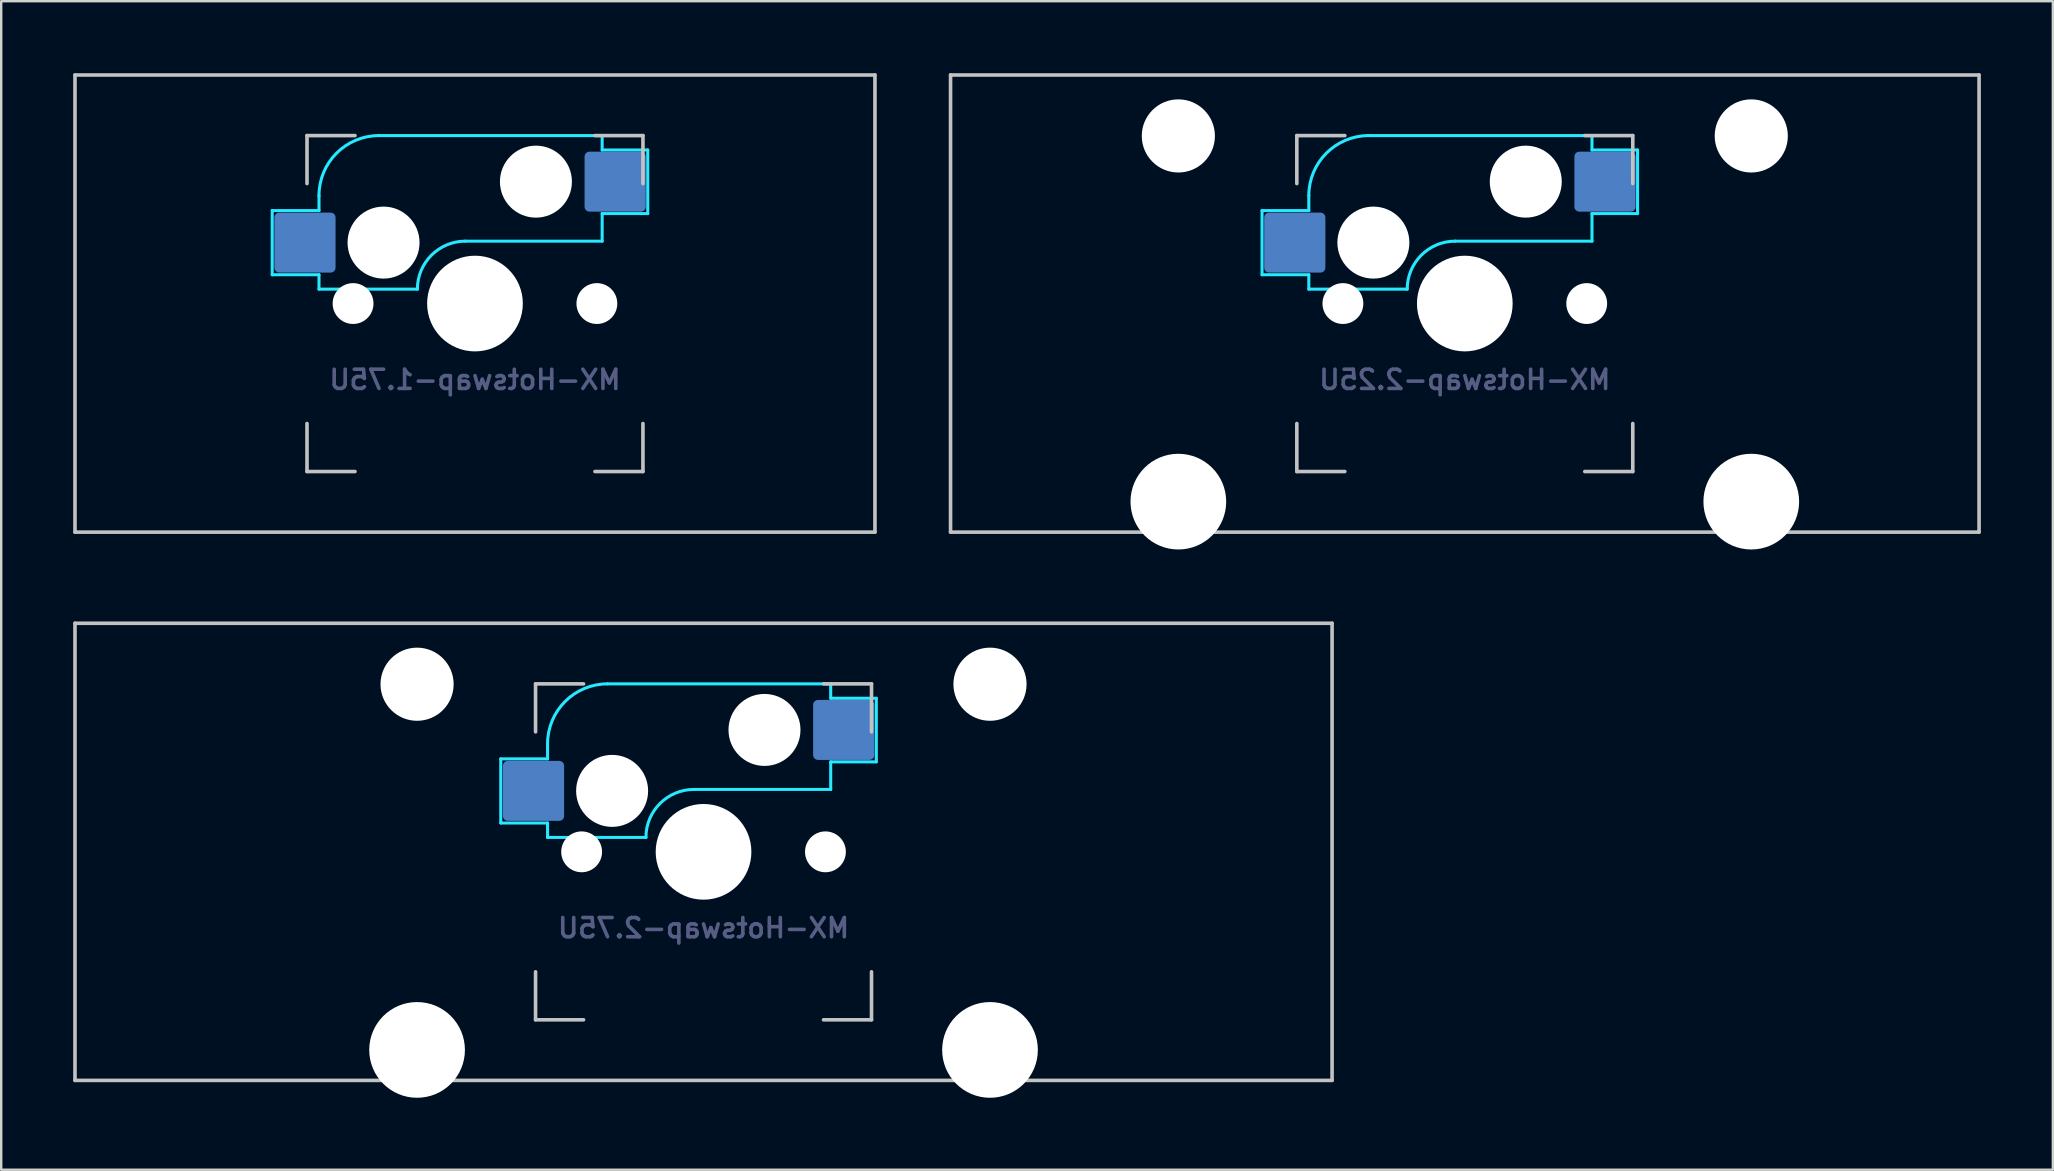
<source format=kicad_pcb>
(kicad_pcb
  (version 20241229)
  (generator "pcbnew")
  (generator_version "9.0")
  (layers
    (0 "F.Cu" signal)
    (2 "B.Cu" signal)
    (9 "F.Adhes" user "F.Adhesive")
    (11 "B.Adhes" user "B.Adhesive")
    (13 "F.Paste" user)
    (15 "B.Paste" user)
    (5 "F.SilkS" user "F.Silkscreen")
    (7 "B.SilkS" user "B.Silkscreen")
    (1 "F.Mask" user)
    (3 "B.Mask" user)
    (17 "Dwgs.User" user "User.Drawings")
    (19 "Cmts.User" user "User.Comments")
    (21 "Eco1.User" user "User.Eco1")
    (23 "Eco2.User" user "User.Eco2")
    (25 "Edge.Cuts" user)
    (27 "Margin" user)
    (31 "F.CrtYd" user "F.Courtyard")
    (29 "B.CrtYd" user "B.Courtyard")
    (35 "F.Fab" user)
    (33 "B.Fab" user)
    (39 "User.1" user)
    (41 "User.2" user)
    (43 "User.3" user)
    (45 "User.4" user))
  (footprint "MX-Hotswap-2.25U"
    (layer "F.Cu")
    (at 57.994 9.6)
    (property "Reference" "MX-Hotswap-2.25U" (at 0 3.175 0) (layer "B.Fab") (effects (font (size 0.8 0.8) (thickness 0.15)) (justify mirror)))
    (attr smd)
    (fp_line (start -21.431 9.525) (end -21.431 -9.525) (stroke (width 0.15) (type solid)) (layer "Dwgs.User"))
    (fp_line (start -7 -7) (end -7 -5) (stroke (width 0.15) (type solid)) (layer "Dwgs.User"))
    (fp_line (start -7 5) (end -7 7) (stroke (width 0.15) (type solid)) (layer "Dwgs.User"))
    (fp_line (start -7 7) (end -5 7) (stroke (width 0.15) (type solid)) (layer "Dwgs.User"))
    (fp_line (start -5 -7) (end -7 -7) (stroke (width 0.15) (type solid)) (layer "Dwgs.User"))
    (fp_line (start 5 -7) (end 7 -7) (stroke (width 0.15) (type solid)) (layer "Dwgs.User"))
    (fp_line (start 5 7) (end 7 7) (stroke (width 0.15) (type solid)) (layer "Dwgs.User"))
    (fp_line (start 7 -7) (end 7 -5) (stroke (width 0.15) (type solid)) (layer "Dwgs.User"))
    (fp_line (start 7 7) (end 7 5) (stroke (width 0.15) (type solid)) (layer "Dwgs.User"))
    (fp_line (start 21.431 -9.525) (end -21.431 -9.525) (stroke (width 0.15) (type solid)) (layer "Dwgs.User"))
    (fp_line (start 21.431 9.525) (end -21.431 9.525) (stroke (width 0.15) (type solid)) (layer "Dwgs.User"))
    (fp_line (start 21.431 9.525) (end 21.431 -9.525) (stroke (width 0.15) (type solid)) (layer "Dwgs.User"))
    (fp_line (start -8.45 -3.875) (end -8.45 -1.2) (stroke (width 0.127) (type solid)) (layer "B.CrtYd"))
    (fp_line (start -8.45 -1.2) (end -6.5 -1.2) (stroke (width 0.127) (type solid)) (layer "B.CrtYd"))
    (fp_line (start -6.5 -4.5) (end -6.5 -3.875) (stroke (width 0.127) (type solid)) (layer "B.CrtYd"))
    (fp_line (start -6.5 -3.875) (end -8.45 -3.875) (stroke (width 0.127) (type solid)) (layer "B.CrtYd"))
    (fp_line (start -6.5 -0.6) (end -6.5 -1.2) (stroke (width 0.127) (type solid)) (layer "B.CrtYd"))
    (fp_line (start -6.5 -0.6) (end -2.4 -0.6) (stroke (width 0.127) (type solid)) (layer "B.CrtYd"))
    (fp_line (start -0.4 -2.6) (end 5.3 -2.6) (stroke (width 0.127) (type solid)) (layer "B.CrtYd"))
    (fp_line (start 5.3 -7) (end -4 -7) (stroke (width 0.127) (type solid)) (layer "B.CrtYd"))
    (fp_line (start 5.3 -7) (end 5.3 -6.4) (stroke (width 0.127) (type solid)) (layer "B.CrtYd"))
    (fp_line (start 5.3 -6.4) (end 7.2 -6.4) (stroke (width 0.127) (type solid)) (layer "B.CrtYd"))
    (fp_line (start 5.3 -2.6) (end 5.3 -3.75) (stroke (width 0.127) (type solid)) (layer "B.CrtYd"))
    (fp_line (start 7.2 -6.4) (end 7.2 -3.75) (stroke (width 0.127) (type solid)) (layer "B.CrtYd"))
    (fp_line (start 7.2 -3.75) (end 5.3 -3.75) (stroke (width 0.127) (type solid)) (layer "B.CrtYd"))
    (fp_arc (start -6.5 -4.5) (mid -5.767767 -6.267767) (end -4 -7) (stroke (width 0.127) (type solid)) (layer "B.CrtYd"))
    (fp_arc (start -2.4 -0.6) (mid -1.814214 -2.014214) (end -0.4 -2.6) (stroke (width 0.127) (type solid)) (layer "B.CrtYd"))
    (pad "" np_thru_hole circle (at -11.938 -6.985) (size 3.048 3.048) (drill 3.048) (layers "*.Cu" "*.Mask"))
    (pad "" np_thru_hole circle (at -11.938 8.255) (size 3.988 3.988) (drill 3.988) (layers "*.Cu" "*.Mask"))
    (pad "" np_thru_hole circle (at -5.08 0 48.099) (size 1.702 1.702) (drill 1.702) (layers "*.Cu" "*.Mask"))
    (pad "" np_thru_hole circle (at -3.81 -2.54) (size 3 3) (drill 3) (layers "*.Cu" "*.Mask"))
    (pad "" np_thru_hole circle (at 0 0) (size 3.988 3.988) (drill 3.988) (layers "*.Cu" "*.Mask"))
    (pad "" np_thru_hole circle (at 2.54 -5.08) (size 3 3) (drill 3) (layers "*.Cu" "*.Mask"))
    (pad "" np_thru_hole circle (at 5.08 0 48.099) (size 1.702 1.702) (drill 1.702) (layers "*.Cu" "*.Mask"))
    (pad "" np_thru_hole circle (at 11.938 -6.985) (size 3.048 3.048) (drill 3.048) (layers "*.Cu" "*.Mask"))
    (pad "" np_thru_hole circle (at 11.938 8.255) (size 3.988 3.988) (drill 3.988) (layers "*.Cu" "*.Mask"))
    (pad "1" smd roundrect (at -7.085 -2.54) (size 2.55 2.5) (layers "B.Cu" "B.Mask" "B.Paste") (roundrect_rratio 0.08))
    (pad "2" smd roundrect (at 5.842 -5.08) (size 2.55 2.5) (layers "B.Cu" "B.Mask" "B.Paste") (roundrect_rratio 0.08)))
  (footprint "MX-Hotswap-1.75U"
    (layer "F.Cu")
    (at 16.744 9.6)
    (property "Reference" "MX-Hotswap-1.75U" (at 0 3.175 0) (layer "B.Fab") (effects (font (size 0.8 0.8) (thickness 0.15)) (justify mirror)))
    (attr smd)
    (fp_line (start -16.669 9.525) (end -16.669 -9.525) (stroke (width 0.15) (type solid)) (layer "Dwgs.User"))
    (fp_line (start -7 -7) (end -7 -5) (stroke (width 0.15) (type solid)) (layer "Dwgs.User"))
    (fp_line (start -7 5) (end -7 7) (stroke (width 0.15) (type solid)) (layer "Dwgs.User"))
    (fp_line (start -7 7) (end -5 7) (stroke (width 0.15) (type solid)) (layer "Dwgs.User"))
    (fp_line (start -5 -7) (end -7 -7) (stroke (width 0.15) (type solid)) (layer "Dwgs.User"))
    (fp_line (start 5 -7) (end 7 -7) (stroke (width 0.15) (type solid)) (layer "Dwgs.User"))
    (fp_line (start 5 7) (end 7 7) (stroke (width 0.15) (type solid)) (layer "Dwgs.User"))
    (fp_line (start 7 -7) (end 7 -5) (stroke (width 0.15) (type solid)) (layer "Dwgs.User"))
    (fp_line (start 7 7) (end 7 5) (stroke (width 0.15) (type solid)) (layer "Dwgs.User"))
    (fp_line (start 16.669 -9.525) (end -16.669 -9.525) (stroke (width 0.15) (type solid)) (layer "Dwgs.User"))
    (fp_line (start 16.669 9.525) (end -16.669 9.525) (stroke (width 0.15) (type solid)) (layer "Dwgs.User"))
    (fp_line (start 16.669 9.525) (end 16.669 -9.525) (stroke (width 0.15) (type solid)) (layer "Dwgs.User"))
    (fp_line (start -8.45 -3.875) (end -8.45 -1.2) (stroke (width 0.127) (type solid)) (layer "B.CrtYd"))
    (fp_line (start -8.45 -1.2) (end -6.5 -1.2) (stroke (width 0.127) (type solid)) (layer "B.CrtYd"))
    (fp_line (start -6.5 -4.5) (end -6.5 -3.875) (stroke (width 0.127) (type solid)) (layer "B.CrtYd"))
    (fp_line (start -6.5 -3.875) (end -8.45 -3.875) (stroke (width 0.127) (type solid)) (layer "B.CrtYd"))
    (fp_line (start -6.5 -0.6) (end -6.5 -1.2) (stroke (width 0.127) (type solid)) (layer "B.CrtYd"))
    (fp_line (start -6.5 -0.6) (end -2.4 -0.6) (stroke (width 0.127) (type solid)) (layer "B.CrtYd"))
    (fp_line (start -0.4 -2.6) (end 5.3 -2.6) (stroke (width 0.127) (type solid)) (layer "B.CrtYd"))
    (fp_line (start 5.3 -7) (end -4 -7) (stroke (width 0.127) (type solid)) (layer "B.CrtYd"))
    (fp_line (start 5.3 -7) (end 5.3 -6.4) (stroke (width 0.127) (type solid)) (layer "B.CrtYd"))
    (fp_line (start 5.3 -6.4) (end 7.2 -6.4) (stroke (width 0.127) (type solid)) (layer "B.CrtYd"))
    (fp_line (start 5.3 -2.6) (end 5.3 -3.75) (stroke (width 0.127) (type solid)) (layer "B.CrtYd"))
    (fp_line (start 7.2 -6.4) (end 7.2 -3.75) (stroke (width 0.127) (type solid)) (layer "B.CrtYd"))
    (fp_line (start 7.2 -3.75) (end 5.3 -3.75) (stroke (width 0.127) (type solid)) (layer "B.CrtYd"))
    (fp_arc (start -6.5 -4.5) (mid -5.767767 -6.267767) (end -4 -7) (stroke (width 0.127) (type solid)) (layer "B.CrtYd"))
    (fp_arc (start -2.4 -0.6) (mid -1.814214 -2.014214) (end -0.4 -2.6) (stroke (width 0.127) (type solid)) (layer "B.CrtYd"))
    (pad "" np_thru_hole circle (at -5.08 0 48.099) (size 1.702 1.702) (drill 1.702) (layers "*.Cu" "*.Mask"))
    (pad "" np_thru_hole circle (at -3.81 -2.54) (size 3 3) (drill 3) (layers "*.Cu" "*.Mask"))
    (pad "" np_thru_hole circle (at 0 0) (size 3.988 3.988) (drill 3.988) (layers "*.Cu" "*.Mask"))
    (pad "" np_thru_hole circle (at 2.54 -5.08) (size 3 3) (drill 3) (layers "*.Cu" "*.Mask"))
    (pad "" np_thru_hole circle (at 5.08 0 48.099) (size 1.702 1.702) (drill 1.702) (layers "*.Cu" "*.Mask"))
    (pad "1" smd roundrect (at -7.085 -2.54) (size 2.55 2.5) (layers "B.Cu" "B.Mask" "B.Paste") (roundrect_rratio 0.08))
    (pad "2" smd roundrect (at 5.842 -5.08) (size 2.55 2.5) (layers "B.Cu" "B.Mask" "B.Paste") (roundrect_rratio 0.08)))
  (footprint "MX-Hotswap-2.75U"
    (layer "F.Cu")
    (at 26.269 32.449)
    (property "Reference" "MX-Hotswap-2.75U" (at 0 3.175 0) (layer "B.Fab") (effects (font (size 0.8 0.8) (thickness 0.15)) (justify mirror)))
    (attr smd)
    (fp_line (start -26.194 9.525) (end -26.194 -9.525) (stroke (width 0.15) (type solid)) (layer "Dwgs.User"))
    (fp_line (start -7 -7) (end -7 -5) (stroke (width 0.15) (type solid)) (layer "Dwgs.User"))
    (fp_line (start -7 5) (end -7 7) (stroke (width 0.15) (type solid)) (layer "Dwgs.User"))
    (fp_line (start -7 7) (end -5 7) (stroke (width 0.15) (type solid)) (layer "Dwgs.User"))
    (fp_line (start -5 -7) (end -7 -7) (stroke (width 0.15) (type solid)) (layer "Dwgs.User"))
    (fp_line (start 5 -7) (end 7 -7) (stroke (width 0.15) (type solid)) (layer "Dwgs.User"))
    (fp_line (start 5 7) (end 7 7) (stroke (width 0.15) (type solid)) (layer "Dwgs.User"))
    (fp_line (start 7 -7) (end 7 -5) (stroke (width 0.15) (type solid)) (layer "Dwgs.User"))
    (fp_line (start 7 7) (end 7 5) (stroke (width 0.15) (type solid)) (layer "Dwgs.User"))
    (fp_line (start 26.194 -9.525) (end -26.194 -9.525) (stroke (width 0.15) (type solid)) (layer "Dwgs.User"))
    (fp_line (start 26.194 9.525) (end -26.194 9.525) (stroke (width 0.15) (type solid)) (layer "Dwgs.User"))
    (fp_line (start 26.194 9.525) (end 26.194 -9.525) (stroke (width 0.15) (type solid)) (layer "Dwgs.User"))
    (fp_line (start -8.45 -3.875) (end -8.45 -1.2) (stroke (width 0.127) (type solid)) (layer "B.CrtYd"))
    (fp_line (start -8.45 -1.2) (end -6.5 -1.2) (stroke (width 0.127) (type solid)) (layer "B.CrtYd"))
    (fp_line (start -6.5 -4.5) (end -6.5 -3.875) (stroke (width 0.127) (type solid)) (layer "B.CrtYd"))
    (fp_line (start -6.5 -3.875) (end -8.45 -3.875) (stroke (width 0.127) (type solid)) (layer "B.CrtYd"))
    (fp_line (start -6.5 -0.6) (end -6.5 -1.2) (stroke (width 0.127) (type solid)) (layer "B.CrtYd"))
    (fp_line (start -6.5 -0.6) (end -2.4 -0.6) (stroke (width 0.127) (type solid)) (layer "B.CrtYd"))
    (fp_line (start -0.4 -2.6) (end 5.3 -2.6) (stroke (width 0.127) (type solid)) (layer "B.CrtYd"))
    (fp_line (start 5.3 -7) (end -4 -7) (stroke (width 0.127) (type solid)) (layer "B.CrtYd"))
    (fp_line (start 5.3 -7) (end 5.3 -6.4) (stroke (width 0.127) (type solid)) (layer "B.CrtYd"))
    (fp_line (start 5.3 -6.4) (end 7.2 -6.4) (stroke (width 0.127) (type solid)) (layer "B.CrtYd"))
    (fp_line (start 5.3 -2.6) (end 5.3 -3.75) (stroke (width 0.127) (type solid)) (layer "B.CrtYd"))
    (fp_line (start 7.2 -6.4) (end 7.2 -3.75) (stroke (width 0.127) (type solid)) (layer "B.CrtYd"))
    (fp_line (start 7.2 -3.75) (end 5.3 -3.75) (stroke (width 0.127) (type solid)) (layer "B.CrtYd"))
    (fp_arc (start -6.5 -4.5) (mid -5.767767 -6.267767) (end -4 -7) (stroke (width 0.127) (type solid)) (layer "B.CrtYd"))
    (fp_arc (start -2.4 -0.6) (mid -1.814214 -2.014214) (end -0.4 -2.6) (stroke (width 0.127) (type solid)) (layer "B.CrtYd"))
    (pad "" np_thru_hole circle (at -11.938 -6.985) (size 3.048 3.048) (drill 3.048) (layers "*.Cu" "*.Mask"))
    (pad "" np_thru_hole circle (at -11.938 8.255) (size 3.988 3.988) (drill 3.988) (layers "*.Cu" "*.Mask"))
    (pad "" np_thru_hole circle (at -5.08 0 48.099) (size 1.702 1.702) (drill 1.702) (layers "*.Cu" "*.Mask"))
    (pad "" np_thru_hole circle (at -3.81 -2.54) (size 3 3) (drill 3) (layers "*.Cu" "*.Mask"))
    (pad "" np_thru_hole circle (at 0 0) (size 3.988 3.988) (drill 3.988) (layers "*.Cu" "*.Mask"))
    (pad "" np_thru_hole circle (at 2.54 -5.08) (size 3 3) (drill 3) (layers "*.Cu" "*.Mask"))
    (pad "" np_thru_hole circle (at 5.08 0 48.099) (size 1.702 1.702) (drill 1.702) (layers "*.Cu" "*.Mask"))
    (pad "" np_thru_hole circle (at 11.938 -6.985) (size 3.048 3.048) (drill 3.048) (layers "*.Cu" "*.Mask"))
    (pad "" np_thru_hole circle (at 11.938 8.255) (size 3.988 3.988) (drill 3.988) (layers "*.Cu" "*.Mask"))
    (pad "1" smd roundrect (at -7.085 -2.54) (size 2.55 2.5) (layers "B.Cu" "B.Mask" "B.Paste") (roundrect_rratio 0.08))
    (pad "2" smd roundrect (at 5.842 -5.08) (size 2.55 2.5) (layers "B.Cu" "B.Mask" "B.Paste") (roundrect_rratio 0.08)))
  (gr_rect
    (start -3 -3)
    (end 82.5 45.698)
    (stroke (width 0.1) (type default))
    (fill no)
    (layer "Edge.Cuts")))
</source>
